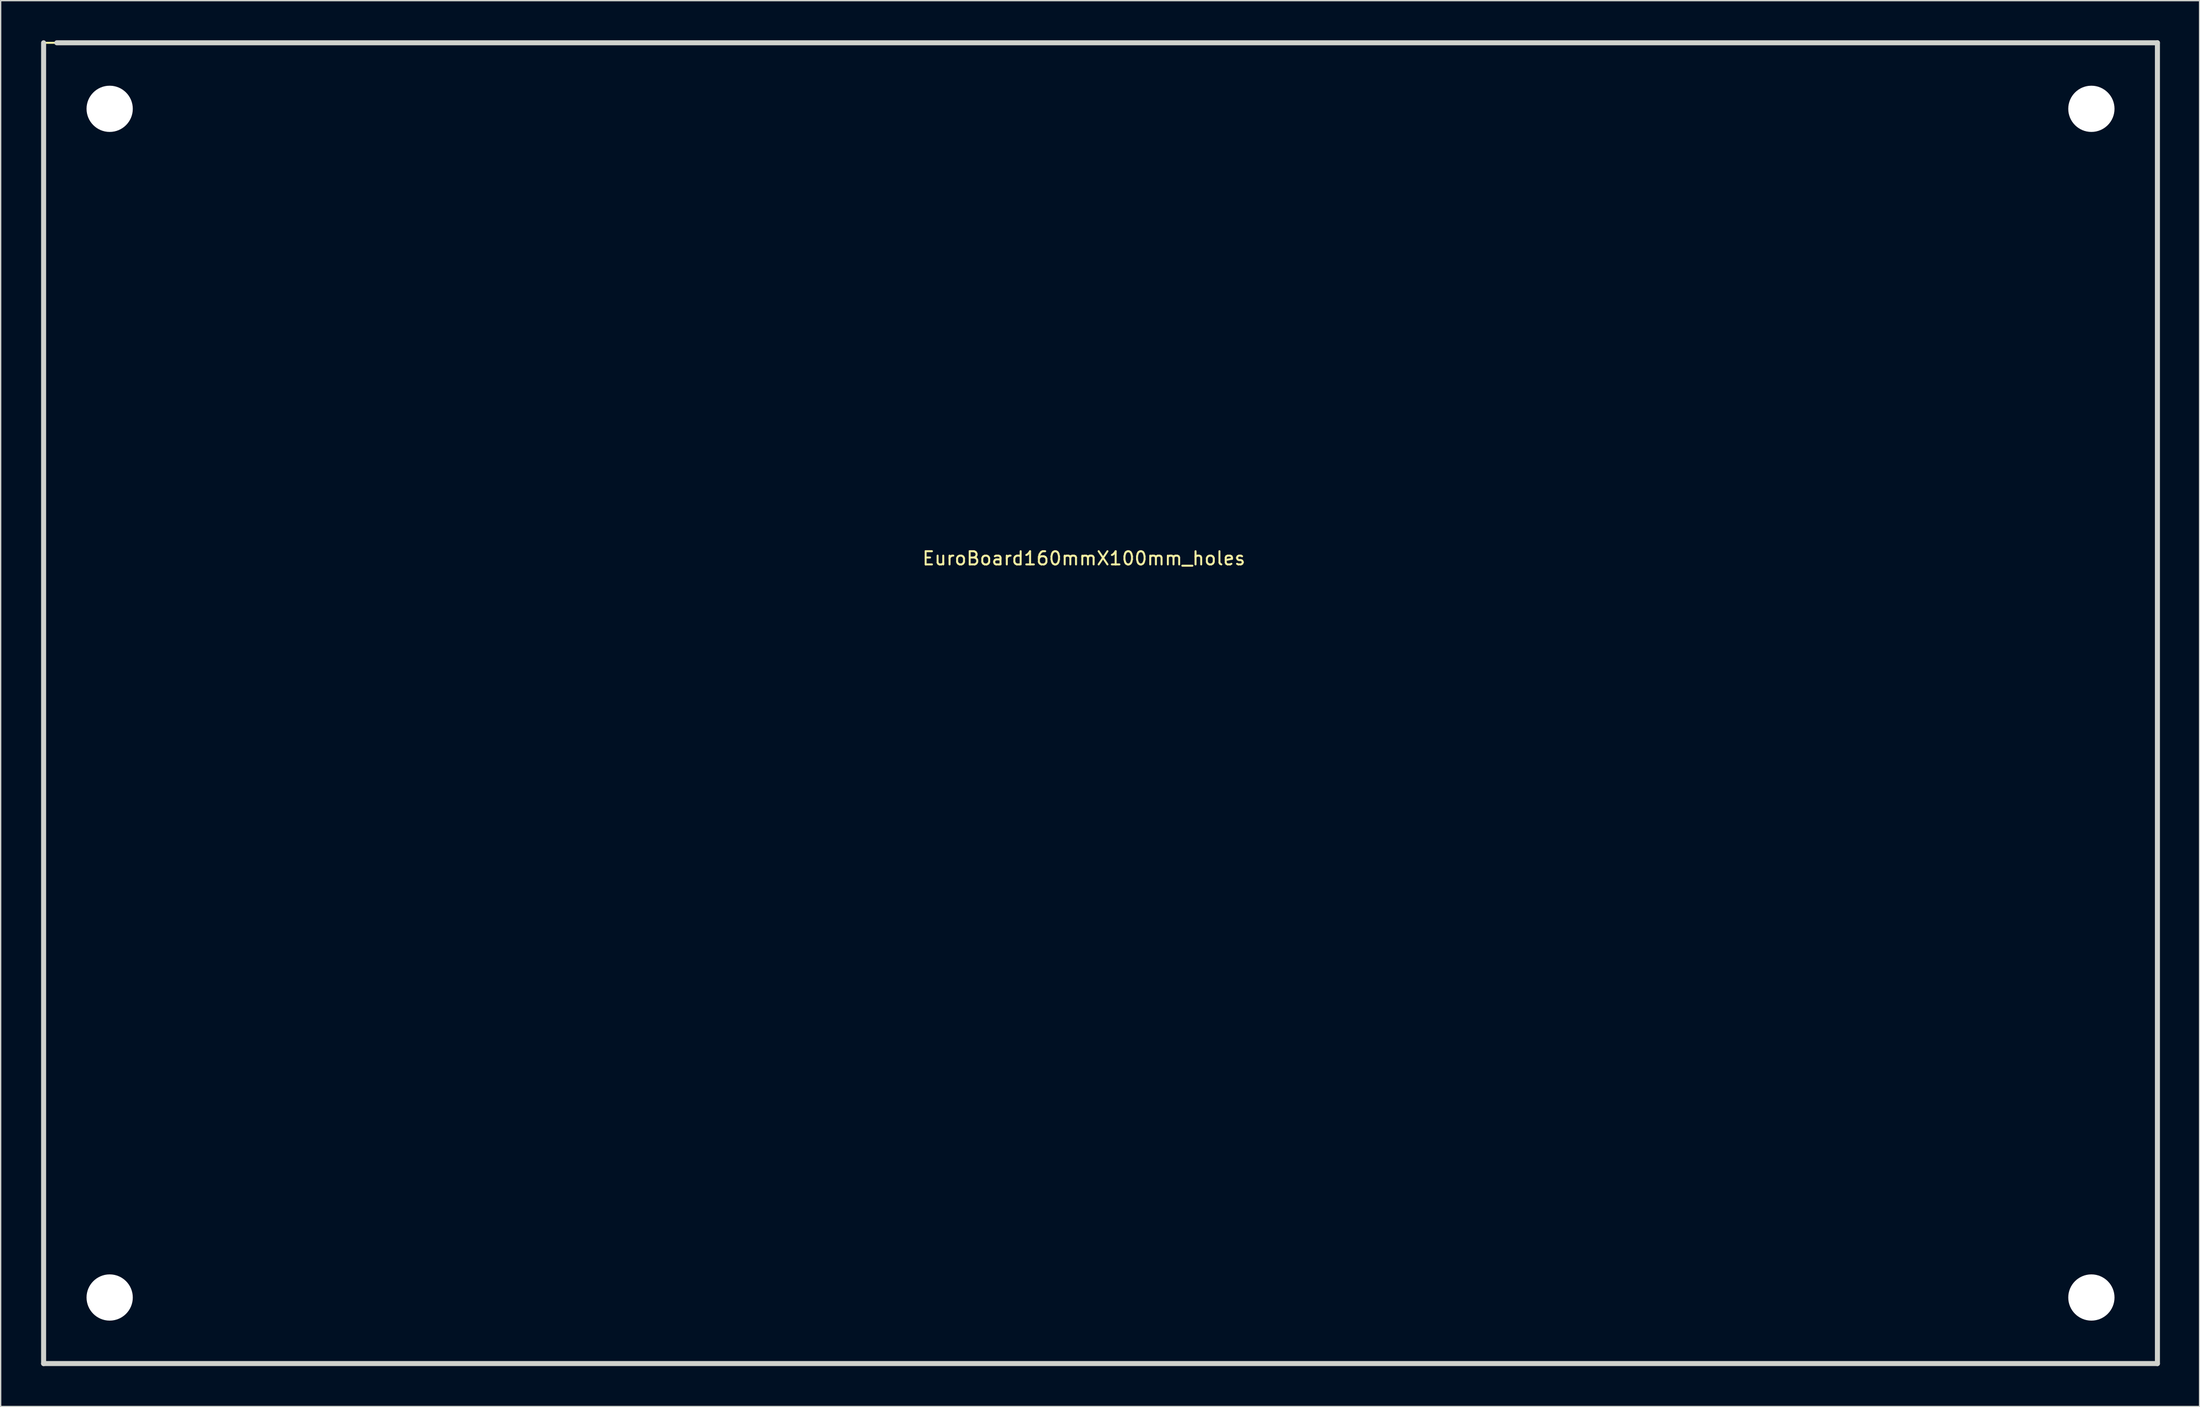
<source format=kicad_pcb>
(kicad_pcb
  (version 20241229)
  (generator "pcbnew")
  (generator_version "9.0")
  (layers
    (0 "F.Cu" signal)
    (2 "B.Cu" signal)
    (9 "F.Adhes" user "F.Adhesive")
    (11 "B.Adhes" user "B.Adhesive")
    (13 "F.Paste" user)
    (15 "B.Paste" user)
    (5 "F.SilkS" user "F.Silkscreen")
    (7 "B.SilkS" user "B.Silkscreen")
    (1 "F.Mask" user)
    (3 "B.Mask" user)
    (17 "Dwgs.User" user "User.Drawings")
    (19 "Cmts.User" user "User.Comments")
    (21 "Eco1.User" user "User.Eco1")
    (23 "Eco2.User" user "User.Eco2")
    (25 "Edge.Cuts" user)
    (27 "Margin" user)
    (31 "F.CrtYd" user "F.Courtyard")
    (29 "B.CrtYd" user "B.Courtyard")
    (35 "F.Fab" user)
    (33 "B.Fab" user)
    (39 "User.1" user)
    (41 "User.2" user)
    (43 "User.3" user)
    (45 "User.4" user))
  (footprint "EuroBoard160mmX100mm_holes"
    (layer "F.Cu")
    (at 0.25 100.19)
    (property "Reference" "EuroBoard160mmX100mm_holes" (at 78.74 -60.96 0) (layer "F.SilkS") (effects (font (size 1 1) (thickness 0.15))))
    (attr through_hole)
    (fp_line (start 1.001 -100) (end 0 -100) (stroke (width 0.15) (type solid)) (layer "F.SilkS"))
    (fp_line (start 0 -100) (end 0 0) (stroke (width 0.381) (type solid)) (layer "Edge.Cuts"))
    (fp_line (start 0 0) (end 160 0) (stroke (width 0.381) (type solid)) (layer "Edge.Cuts"))
    (fp_line (start 160 -100) (end 1.001 -100) (stroke (width 0.381) (type solid)) (layer "Edge.Cuts"))
    (fp_line (start 160 0) (end 160 -100) (stroke (width 0.381) (type solid)) (layer "Edge.Cuts"))
    (pad "" np_thru_hole circle (at 5.001 -95.001) (size 3.5 3.5) (drill 3.5) (layers "*.Cu" "*.Mask"))
    (pad "" np_thru_hole circle (at 5.001 -5.001) (size 3.5 3.5) (drill 3.5) (layers "*.Cu" "*.Mask"))
    (pad "" np_thru_hole circle (at 155.001 -95.001) (size 3.5 3.5) (drill 3.5) (layers "*.Cu" "*.Mask"))
    (pad "" np_thru_hole circle (at 155.001 -5.001) (size 3.5 3.5) (drill 3.5) (layers "*.Cu" "*.Mask")))
  (gr_rect
    (start -3 -3)
    (end 163.44 103.44)
    (stroke (width 0.1) (type default))
    (fill no)
    (layer "Edge.Cuts")))
</source>
